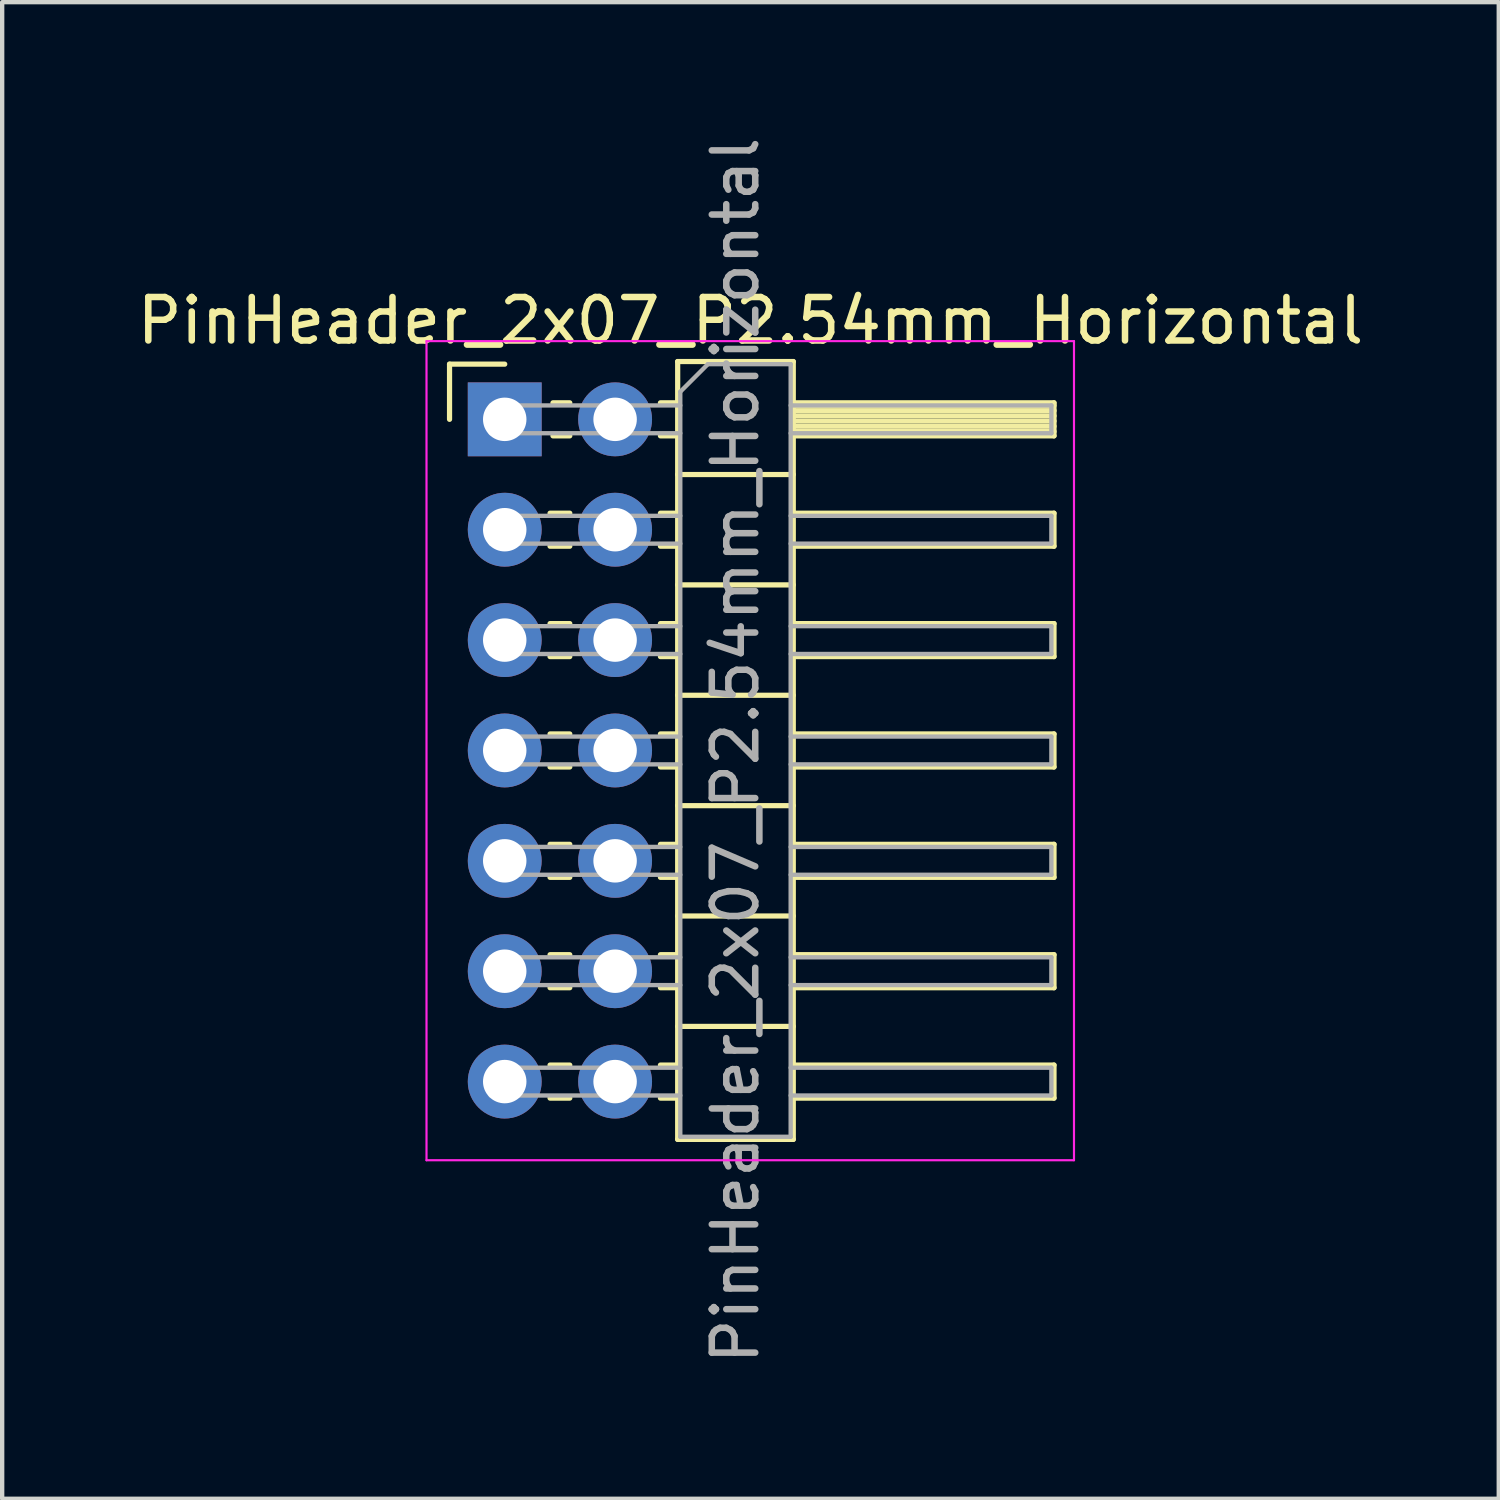
<source format=kicad_pcb>
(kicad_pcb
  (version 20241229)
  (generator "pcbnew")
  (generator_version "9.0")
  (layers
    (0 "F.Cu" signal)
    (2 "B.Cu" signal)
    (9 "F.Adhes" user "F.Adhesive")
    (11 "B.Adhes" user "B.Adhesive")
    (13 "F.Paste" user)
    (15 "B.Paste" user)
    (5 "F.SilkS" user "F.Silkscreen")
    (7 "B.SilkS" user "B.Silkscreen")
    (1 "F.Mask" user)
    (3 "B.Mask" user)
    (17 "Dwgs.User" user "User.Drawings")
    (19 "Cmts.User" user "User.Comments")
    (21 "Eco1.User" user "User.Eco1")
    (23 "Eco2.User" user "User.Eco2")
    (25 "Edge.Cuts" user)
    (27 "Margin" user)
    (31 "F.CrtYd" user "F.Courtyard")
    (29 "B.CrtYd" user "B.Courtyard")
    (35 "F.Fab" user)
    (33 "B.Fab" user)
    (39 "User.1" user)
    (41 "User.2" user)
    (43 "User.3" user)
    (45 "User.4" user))
  (footprint "PinHeader_2x07_P2.54mm_Horizontal"
    (layer "F.Cu")
    (at 8.565 6.6)
    (property "Reference" "PinHeader_2x07_P2.54mm_Horizontal" (at 5.655 -2.27 0) (layer "F.SilkS") (effects (font (size 1 1) (thickness 0.15))))
    (attr through_hole)
    (fp_line (start -1.27 -1.27) (end 0 -1.27) (stroke (width 0.12) (type solid)) (layer "F.SilkS"))
    (fp_line (start -1.27 0) (end -1.27 -1.27) (stroke (width 0.12) (type solid)) (layer "F.SilkS"))
    (fp_line (start 1.043 2.16) (end 1.497 2.16) (stroke (width 0.12) (type solid)) (layer "F.SilkS"))
    (fp_line (start 1.043 2.92) (end 1.497 2.92) (stroke (width 0.12) (type solid)) (layer "F.SilkS"))
    (fp_line (start 1.043 4.7) (end 1.497 4.7) (stroke (width 0.12) (type solid)) (layer "F.SilkS"))
    (fp_line (start 1.043 5.46) (end 1.497 5.46) (stroke (width 0.12) (type solid)) (layer "F.SilkS"))
    (fp_line (start 1.043 7.24) (end 1.497 7.24) (stroke (width 0.12) (type solid)) (layer "F.SilkS"))
    (fp_line (start 1.043 8) (end 1.497 8) (stroke (width 0.12) (type solid)) (layer "F.SilkS"))
    (fp_line (start 1.043 9.78) (end 1.497 9.78) (stroke (width 0.12) (type solid)) (layer "F.SilkS"))
    (fp_line (start 1.043 10.54) (end 1.497 10.54) (stroke (width 0.12) (type solid)) (layer "F.SilkS"))
    (fp_line (start 1.043 12.32) (end 1.497 12.32) (stroke (width 0.12) (type solid)) (layer "F.SilkS"))
    (fp_line (start 1.043 13.08) (end 1.497 13.08) (stroke (width 0.12) (type solid)) (layer "F.SilkS"))
    (fp_line (start 1.043 14.86) (end 1.497 14.86) (stroke (width 0.12) (type solid)) (layer "F.SilkS"))
    (fp_line (start 1.043 15.62) (end 1.497 15.62) (stroke (width 0.12) (type solid)) (layer "F.SilkS"))
    (fp_line (start 1.11 -0.38) (end 1.497 -0.38) (stroke (width 0.12) (type solid)) (layer "F.SilkS"))
    (fp_line (start 1.11 0.38) (end 1.497 0.38) (stroke (width 0.12) (type solid)) (layer "F.SilkS"))
    (fp_line (start 3.583 -0.38) (end 3.98 -0.38) (stroke (width 0.12) (type solid)) (layer "F.SilkS"))
    (fp_line (start 3.583 0.38) (end 3.98 0.38) (stroke (width 0.12) (type solid)) (layer "F.SilkS"))
    (fp_line (start 3.583 2.16) (end 3.98 2.16) (stroke (width 0.12) (type solid)) (layer "F.SilkS"))
    (fp_line (start 3.583 2.92) (end 3.98 2.92) (stroke (width 0.12) (type solid)) (layer "F.SilkS"))
    (fp_line (start 3.583 4.7) (end 3.98 4.7) (stroke (width 0.12) (type solid)) (layer "F.SilkS"))
    (fp_line (start 3.583 5.46) (end 3.98 5.46) (stroke (width 0.12) (type solid)) (layer "F.SilkS"))
    (fp_line (start 3.583 7.24) (end 3.98 7.24) (stroke (width 0.12) (type solid)) (layer "F.SilkS"))
    (fp_line (start 3.583 8) (end 3.98 8) (stroke (width 0.12) (type solid)) (layer "F.SilkS"))
    (fp_line (start 3.583 9.78) (end 3.98 9.78) (stroke (width 0.12) (type solid)) (layer "F.SilkS"))
    (fp_line (start 3.583 10.54) (end 3.98 10.54) (stroke (width 0.12) (type solid)) (layer "F.SilkS"))
    (fp_line (start 3.583 12.32) (end 3.98 12.32) (stroke (width 0.12) (type solid)) (layer "F.SilkS"))
    (fp_line (start 3.583 13.08) (end 3.98 13.08) (stroke (width 0.12) (type solid)) (layer "F.SilkS"))
    (fp_line (start 3.583 14.86) (end 3.98 14.86) (stroke (width 0.12) (type solid)) (layer "F.SilkS"))
    (fp_line (start 3.583 15.62) (end 3.98 15.62) (stroke (width 0.12) (type solid)) (layer "F.SilkS"))
    (fp_line (start 3.98 -1.33) (end 3.98 16.57) (stroke (width 0.12) (type solid)) (layer "F.SilkS"))
    (fp_line (start 3.98 1.27) (end 6.64 1.27) (stroke (width 0.12) (type solid)) (layer "F.SilkS"))
    (fp_line (start 3.98 3.81) (end 6.64 3.81) (stroke (width 0.12) (type solid)) (layer "F.SilkS"))
    (fp_line (start 3.98 6.35) (end 6.64 6.35) (stroke (width 0.12) (type solid)) (layer "F.SilkS"))
    (fp_line (start 3.98 8.89) (end 6.64 8.89) (stroke (width 0.12) (type solid)) (layer "F.SilkS"))
    (fp_line (start 3.98 11.43) (end 6.64 11.43) (stroke (width 0.12) (type solid)) (layer "F.SilkS"))
    (fp_line (start 3.98 13.97) (end 6.64 13.97) (stroke (width 0.12) (type solid)) (layer "F.SilkS"))
    (fp_line (start 3.98 16.57) (end 6.64 16.57) (stroke (width 0.12) (type solid)) (layer "F.SilkS"))
    (fp_line (start 6.64 -1.33) (end 3.98 -1.33) (stroke (width 0.12) (type solid)) (layer "F.SilkS"))
    (fp_line (start 6.64 -0.38) (end 12.64 -0.38) (stroke (width 0.12) (type solid)) (layer "F.SilkS"))
    (fp_line (start 6.64 -0.32) (end 12.64 -0.32) (stroke (width 0.12) (type solid)) (layer "F.SilkS"))
    (fp_line (start 6.64 -0.2) (end 12.64 -0.2) (stroke (width 0.12) (type solid)) (layer "F.SilkS"))
    (fp_line (start 6.64 -0.08) (end 12.64 -0.08) (stroke (width 0.12) (type solid)) (layer "F.SilkS"))
    (fp_line (start 6.64 0.04) (end 12.64 0.04) (stroke (width 0.12) (type solid)) (layer "F.SilkS"))
    (fp_line (start 6.64 0.16) (end 12.64 0.16) (stroke (width 0.12) (type solid)) (layer "F.SilkS"))
    (fp_line (start 6.64 0.28) (end 12.64 0.28) (stroke (width 0.12) (type solid)) (layer "F.SilkS"))
    (fp_line (start 6.64 2.16) (end 12.64 2.16) (stroke (width 0.12) (type solid)) (layer "F.SilkS"))
    (fp_line (start 6.64 4.7) (end 12.64 4.7) (stroke (width 0.12) (type solid)) (layer "F.SilkS"))
    (fp_line (start 6.64 7.24) (end 12.64 7.24) (stroke (width 0.12) (type solid)) (layer "F.SilkS"))
    (fp_line (start 6.64 9.78) (end 12.64 9.78) (stroke (width 0.12) (type solid)) (layer "F.SilkS"))
    (fp_line (start 6.64 12.32) (end 12.64 12.32) (stroke (width 0.12) (type solid)) (layer "F.SilkS"))
    (fp_line (start 6.64 14.86) (end 12.64 14.86) (stroke (width 0.12) (type solid)) (layer "F.SilkS"))
    (fp_line (start 6.64 16.57) (end 6.64 -1.33) (stroke (width 0.12) (type solid)) (layer "F.SilkS"))
    (fp_line (start 12.64 -0.38) (end 12.64 0.38) (stroke (width 0.12) (type solid)) (layer "F.SilkS"))
    (fp_line (start 12.64 0.38) (end 6.64 0.38) (stroke (width 0.12) (type solid)) (layer "F.SilkS"))
    (fp_line (start 12.64 2.16) (end 12.64 2.92) (stroke (width 0.12) (type solid)) (layer "F.SilkS"))
    (fp_line (start 12.64 2.92) (end 6.64 2.92) (stroke (width 0.12) (type solid)) (layer "F.SilkS"))
    (fp_line (start 12.64 4.7) (end 12.64 5.46) (stroke (width 0.12) (type solid)) (layer "F.SilkS"))
    (fp_line (start 12.64 5.46) (end 6.64 5.46) (stroke (width 0.12) (type solid)) (layer "F.SilkS"))
    (fp_line (start 12.64 7.24) (end 12.64 8) (stroke (width 0.12) (type solid)) (layer "F.SilkS"))
    (fp_line (start 12.64 8) (end 6.64 8) (stroke (width 0.12) (type solid)) (layer "F.SilkS"))
    (fp_line (start 12.64 9.78) (end 12.64 10.54) (stroke (width 0.12) (type solid)) (layer "F.SilkS"))
    (fp_line (start 12.64 10.54) (end 6.64 10.54) (stroke (width 0.12) (type solid)) (layer "F.SilkS"))
    (fp_line (start 12.64 12.32) (end 12.64 13.08) (stroke (width 0.12) (type solid)) (layer "F.SilkS"))
    (fp_line (start 12.64 13.08) (end 6.64 13.08) (stroke (width 0.12) (type solid)) (layer "F.SilkS"))
    (fp_line (start 12.64 14.86) (end 12.64 15.62) (stroke (width 0.12) (type solid)) (layer "F.SilkS"))
    (fp_line (start 12.64 15.62) (end 6.64 15.62) (stroke (width 0.12) (type solid)) (layer "F.SilkS"))
    (fp_line (start -1.8 -1.8) (end -1.8 17.05) (stroke (width 0.05) (type solid)) (layer "F.CrtYd"))
    (fp_line (start -1.8 17.05) (end 13.1 17.05) (stroke (width 0.05) (type solid)) (layer "F.CrtYd"))
    (fp_line (start 13.1 -1.8) (end -1.8 -1.8) (stroke (width 0.05) (type solid)) (layer "F.CrtYd"))
    (fp_line (start 13.1 17.05) (end 13.1 -1.8) (stroke (width 0.05) (type solid)) (layer "F.CrtYd"))
    (fp_line (start -0.32 -0.32) (end -0.32 0.32) (stroke (width 0.1) (type solid)) (layer "F.Fab"))
    (fp_line (start -0.32 -0.32) (end 4.04 -0.32) (stroke (width 0.1) (type solid)) (layer "F.Fab"))
    (fp_line (start -0.32 0.32) (end 4.04 0.32) (stroke (width 0.1) (type solid)) (layer "F.Fab"))
    (fp_line (start -0.32 2.22) (end -0.32 2.86) (stroke (width 0.1) (type solid)) (layer "F.Fab"))
    (fp_line (start -0.32 2.22) (end 4.04 2.22) (stroke (width 0.1) (type solid)) (layer "F.Fab"))
    (fp_line (start -0.32 2.86) (end 4.04 2.86) (stroke (width 0.1) (type solid)) (layer "F.Fab"))
    (fp_line (start -0.32 4.76) (end -0.32 5.4) (stroke (width 0.1) (type solid)) (layer "F.Fab"))
    (fp_line (start -0.32 4.76) (end 4.04 4.76) (stroke (width 0.1) (type solid)) (layer "F.Fab"))
    (fp_line (start -0.32 5.4) (end 4.04 5.4) (stroke (width 0.1) (type solid)) (layer "F.Fab"))
    (fp_line (start -0.32 7.3) (end -0.32 7.94) (stroke (width 0.1) (type solid)) (layer "F.Fab"))
    (fp_line (start -0.32 7.3) (end 4.04 7.3) (stroke (width 0.1) (type solid)) (layer "F.Fab"))
    (fp_line (start -0.32 7.94) (end 4.04 7.94) (stroke (width 0.1) (type solid)) (layer "F.Fab"))
    (fp_line (start -0.32 9.84) (end -0.32 10.48) (stroke (width 0.1) (type solid)) (layer "F.Fab"))
    (fp_line (start -0.32 9.84) (end 4.04 9.84) (stroke (width 0.1) (type solid)) (layer "F.Fab"))
    (fp_line (start -0.32 10.48) (end 4.04 10.48) (stroke (width 0.1) (type solid)) (layer "F.Fab"))
    (fp_line (start -0.32 12.38) (end -0.32 13.02) (stroke (width 0.1) (type solid)) (layer "F.Fab"))
    (fp_line (start -0.32 12.38) (end 4.04 12.38) (stroke (width 0.1) (type solid)) (layer "F.Fab"))
    (fp_line (start -0.32 13.02) (end 4.04 13.02) (stroke (width 0.1) (type solid)) (layer "F.Fab"))
    (fp_line (start -0.32 14.92) (end -0.32 15.56) (stroke (width 0.1) (type solid)) (layer "F.Fab"))
    (fp_line (start -0.32 14.92) (end 4.04 14.92) (stroke (width 0.1) (type solid)) (layer "F.Fab"))
    (fp_line (start -0.32 15.56) (end 4.04 15.56) (stroke (width 0.1) (type solid)) (layer "F.Fab"))
    (fp_line (start 4.04 -0.635) (end 4.675 -1.27) (stroke (width 0.1) (type solid)) (layer "F.Fab"))
    (fp_line (start 4.04 16.51) (end 4.04 -0.635) (stroke (width 0.1) (type solid)) (layer "F.Fab"))
    (fp_line (start 4.675 -1.27) (end 6.58 -1.27) (stroke (width 0.1) (type solid)) (layer "F.Fab"))
    (fp_line (start 6.58 -1.27) (end 6.58 16.51) (stroke (width 0.1) (type solid)) (layer "F.Fab"))
    (fp_line (start 6.58 -0.32) (end 12.58 -0.32) (stroke (width 0.1) (type solid)) (layer "F.Fab"))
    (fp_line (start 6.58 0.32) (end 12.58 0.32) (stroke (width 0.1) (type solid)) (layer "F.Fab"))
    (fp_line (start 6.58 2.22) (end 12.58 2.22) (stroke (width 0.1) (type solid)) (layer "F.Fab"))
    (fp_line (start 6.58 2.86) (end 12.58 2.86) (stroke (width 0.1) (type solid)) (layer "F.Fab"))
    (fp_line (start 6.58 4.76) (end 12.58 4.76) (stroke (width 0.1) (type solid)) (layer "F.Fab"))
    (fp_line (start 6.58 5.4) (end 12.58 5.4) (stroke (width 0.1) (type solid)) (layer "F.Fab"))
    (fp_line (start 6.58 7.3) (end 12.58 7.3) (stroke (width 0.1) (type solid)) (layer "F.Fab"))
    (fp_line (start 6.58 7.94) (end 12.58 7.94) (stroke (width 0.1) (type solid)) (layer "F.Fab"))
    (fp_line (start 6.58 9.84) (end 12.58 9.84) (stroke (width 0.1) (type solid)) (layer "F.Fab"))
    (fp_line (start 6.58 10.48) (end 12.58 10.48) (stroke (width 0.1) (type solid)) (layer "F.Fab"))
    (fp_line (start 6.58 12.38) (end 12.58 12.38) (stroke (width 0.1) (type solid)) (layer "F.Fab"))
    (fp_line (start 6.58 13.02) (end 12.58 13.02) (stroke (width 0.1) (type solid)) (layer "F.Fab"))
    (fp_line (start 6.58 14.92) (end 12.58 14.92) (stroke (width 0.1) (type solid)) (layer "F.Fab"))
    (fp_line (start 6.58 15.56) (end 12.58 15.56) (stroke (width 0.1) (type solid)) (layer "F.Fab"))
    (fp_line (start 6.58 16.51) (end 4.04 16.51) (stroke (width 0.1) (type solid)) (layer "F.Fab"))
    (fp_line (start 12.58 -0.32) (end 12.58 0.32) (stroke (width 0.1) (type solid)) (layer "F.Fab"))
    (fp_line (start 12.58 2.22) (end 12.58 2.86) (stroke (width 0.1) (type solid)) (layer "F.Fab"))
    (fp_line (start 12.58 4.76) (end 12.58 5.4) (stroke (width 0.1) (type solid)) (layer "F.Fab"))
    (fp_line (start 12.58 7.3) (end 12.58 7.94) (stroke (width 0.1) (type solid)) (layer "F.Fab"))
    (fp_line (start 12.58 9.84) (end 12.58 10.48) (stroke (width 0.1) (type solid)) (layer "F.Fab"))
    (fp_line (start 12.58 12.38) (end 12.58 13.02) (stroke (width 0.1) (type solid)) (layer "F.Fab"))
    (fp_line (start 12.58 14.92) (end 12.58 15.56) (stroke (width 0.1) (type solid)) (layer "F.Fab"))
    (fp_text user "${REFERENCE}" (at 5.31 7.62 90) (layer "F.Fab") (effects (font (size 1 1) (thickness 0.15))))
    (pad "1" thru_hole rect (at 0 0) (size 1.7 1.7) (drill 1) (layers "*.Cu" "*.Mask"))
    (pad "2" thru_hole oval (at 2.54 0) (size 1.7 1.7) (drill 1) (layers "*.Cu" "*.Mask"))
    (pad "3" thru_hole oval (at 0 2.54) (size 1.7 1.7) (drill 1) (layers "*.Cu" "*.Mask"))
    (pad "4" thru_hole oval (at 2.54 2.54) (size 1.7 1.7) (drill 1) (layers "*.Cu" "*.Mask"))
    (pad "5" thru_hole oval (at 0 5.08) (size 1.7 1.7) (drill 1) (layers "*.Cu" "*.Mask"))
    (pad "6" thru_hole oval (at 2.54 5.08) (size 1.7 1.7) (drill 1) (layers "*.Cu" "*.Mask"))
    (pad "7" thru_hole oval (at 0 7.62) (size 1.7 1.7) (drill 1) (layers "*.Cu" "*.Mask"))
    (pad "8" thru_hole oval (at 2.54 7.62) (size 1.7 1.7) (drill 1) (layers "*.Cu" "*.Mask"))
    (pad "9" thru_hole oval (at 0 10.16) (size 1.7 1.7) (drill 1) (layers "*.Cu" "*.Mask"))
    (pad "10" thru_hole oval (at 2.54 10.16) (size 1.7 1.7) (drill 1) (layers "*.Cu" "*.Mask"))
    (pad "11" thru_hole oval (at 0 12.7) (size 1.7 1.7) (drill 1) (layers "*.Cu" "*.Mask"))
    (pad "12" thru_hole oval (at 2.54 12.7) (size 1.7 1.7) (drill 1) (layers "*.Cu" "*.Mask"))
    (pad "13" thru_hole oval (at 0 15.24) (size 1.7 1.7) (drill 1) (layers "*.Cu" "*.Mask"))
    (pad "14" thru_hole oval (at 2.54 15.24) (size 1.7 1.7) (drill 1) (layers "*.Cu" "*.Mask")))
  (gr_rect
    (start -3 -3)
    (end 31.44 31.44)
    (stroke (width 0.1) (type default))
    (fill no)
    (layer "Edge.Cuts")))
</source>
